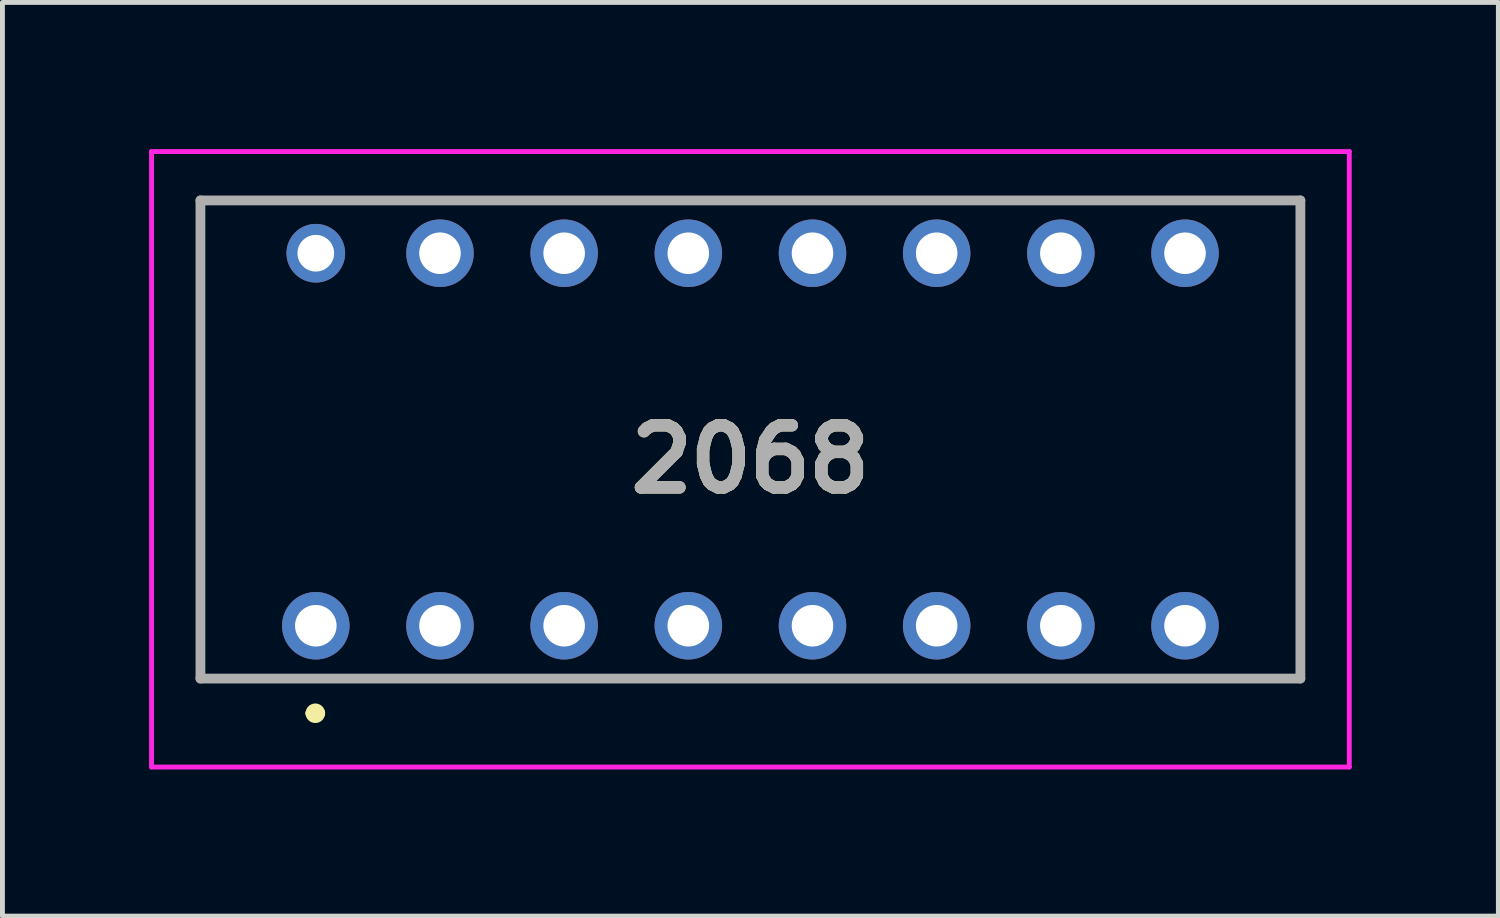
<source format=kicad_pcb>
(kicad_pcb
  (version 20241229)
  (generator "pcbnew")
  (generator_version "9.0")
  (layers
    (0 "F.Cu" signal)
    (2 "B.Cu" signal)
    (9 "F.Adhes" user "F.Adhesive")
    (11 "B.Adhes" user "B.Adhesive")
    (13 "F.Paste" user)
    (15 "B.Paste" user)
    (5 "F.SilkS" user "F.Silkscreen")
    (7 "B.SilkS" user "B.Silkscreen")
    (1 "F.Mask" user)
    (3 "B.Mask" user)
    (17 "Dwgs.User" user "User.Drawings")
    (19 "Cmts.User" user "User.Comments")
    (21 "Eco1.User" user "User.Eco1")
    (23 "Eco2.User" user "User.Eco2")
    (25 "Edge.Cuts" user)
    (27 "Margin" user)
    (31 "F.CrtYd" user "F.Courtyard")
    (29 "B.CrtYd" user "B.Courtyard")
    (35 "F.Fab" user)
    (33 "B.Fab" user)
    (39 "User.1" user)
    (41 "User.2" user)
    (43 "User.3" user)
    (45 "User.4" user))
  (footprint "2068"
    (layer "F.Cu")
    (at 12.3 6.345)
    (property "Reference" "2068" (at 0 0 0) (layer "F.SilkS") (effects (font (size 1.27 1.27) (thickness 0.254))))
    (attr through_hole)
    (fp_line (start -11.25 -5.295) (end 11.25 -5.295) (stroke (width 0.1) (type solid)) (layer "F.SilkS"))
    (fp_line (start -11.25 4.485) (end -11.25 -5.295) (stroke (width 0.1) (type solid)) (layer "F.SilkS"))
    (fp_line (start -9 5.195) (end -9 5.195) (stroke (width 0.2) (type solid)) (layer "F.SilkS"))
    (fp_line (start -8.8 5.195) (end -8.8 5.195) (stroke (width 0.2) (type solid)) (layer "F.SilkS"))
    (fp_line (start 11.25 -5.295) (end 11.25 4.485) (stroke (width 0.1) (type solid)) (layer "F.SilkS"))
    (fp_line (start 11.25 4.485) (end -11.25 4.485) (stroke (width 0.1) (type solid)) (layer "F.SilkS"))
    (fp_arc (start -9 5.195) (mid -8.9 5.095) (end -8.8 5.195) (stroke (width 0.2) (type solid)) (layer "F.SilkS"))
    (fp_arc (start -8.8 5.195) (mid -8.9 5.295) (end -9 5.195) (stroke (width 0.2) (type solid)) (layer "F.SilkS"))
    (fp_line (start -12.25 -6.295) (end 12.25 -6.295) (stroke (width 0.1) (type solid)) (layer "F.CrtYd"))
    (fp_line (start -12.25 6.295) (end -12.25 -6.295) (stroke (width 0.1) (type solid)) (layer "F.CrtYd"))
    (fp_line (start 12.25 -6.295) (end 12.25 6.295) (stroke (width 0.1) (type solid)) (layer "F.CrtYd"))
    (fp_line (start 12.25 6.295) (end -12.25 6.295) (stroke (width 0.1) (type solid)) (layer "F.CrtYd"))
    (fp_line (start -11.25 -5.295) (end 11.25 -5.295) (stroke (width 0.2) (type solid)) (layer "F.Fab"))
    (fp_line (start -11.25 4.485) (end -11.25 -5.295) (stroke (width 0.2) (type solid)) (layer "F.Fab"))
    (fp_line (start 11.25 -5.295) (end 11.25 4.485) (stroke (width 0.2) (type solid)) (layer "F.Fab"))
    (fp_line (start 11.25 4.485) (end -11.25 4.485) (stroke (width 0.2) (type solid)) (layer "F.Fab"))
    (fp_text user "${REFERENCE}" (at 0 0 0) (layer "F.Fab") (effects (font (size 1.27 1.27) (thickness 0.254))))
    (pad "1" thru_hole circle (at -8.89 3.405) (size 1.381 1.381) (drill 0.85) (layers "*.Cu" "*.Mask"))
    (pad "2" thru_hole circle (at -8.89 -4.215) (size 1.2 1.2) (drill 0.75) (layers "*.Cu" "*.Mask"))
    (pad "3" thru_hole circle (at -6.35 3.405) (size 1.381 1.381) (drill 0.85) (layers "*.Cu" "*.Mask"))
    (pad "4" thru_hole circle (at -6.35 -4.215) (size 1.381 1.381) (drill 0.85) (layers "*.Cu" "*.Mask"))
    (pad "5" thru_hole circle (at -3.81 3.405) (size 1.381 1.381) (drill 0.85) (layers "*.Cu" "*.Mask"))
    (pad "6" thru_hole circle (at -3.81 -4.215) (size 1.381 1.381) (drill 0.85) (layers "*.Cu" "*.Mask"))
    (pad "7" thru_hole circle (at -1.27 3.405) (size 1.381 1.381) (drill 0.85) (layers "*.Cu" "*.Mask"))
    (pad "8" thru_hole circle (at -1.27 -4.215) (size 1.381 1.381) (drill 0.85) (layers "*.Cu" "*.Mask"))
    (pad "9" thru_hole circle (at 1.27 3.405) (size 1.381 1.381) (drill 0.85) (layers "*.Cu" "*.Mask"))
    (pad "10" thru_hole circle (at 1.27 -4.215) (size 1.381 1.381) (drill 0.85) (layers "*.Cu" "*.Mask"))
    (pad "11" thru_hole circle (at 3.81 3.405) (size 1.381 1.381) (drill 0.85) (layers "*.Cu" "*.Mask"))
    (pad "12" thru_hole circle (at 3.81 -4.215) (size 1.381 1.381) (drill 0.85) (layers "*.Cu" "*.Mask"))
    (pad "13" thru_hole circle (at 6.35 3.405) (size 1.381 1.381) (drill 0.85) (layers "*.Cu" "*.Mask"))
    (pad "14" thru_hole circle (at 6.35 -4.215) (size 1.381 1.381) (drill 0.85) (layers "*.Cu" "*.Mask"))
    (pad "15" thru_hole circle (at 8.89 3.405) (size 1.381 1.381) (drill 0.85) (layers "*.Cu" "*.Mask"))
    (pad "16" thru_hole circle (at 8.89 -4.215) (size 1.381 1.381) (drill 0.85) (layers "*.Cu" "*.Mask")))
  (gr_rect
    (start -3 -3)
    (end 27.6 15.69)
    (stroke (width 0.1) (type default))
    (fill no)
    (layer "Edge.Cuts")))
</source>
